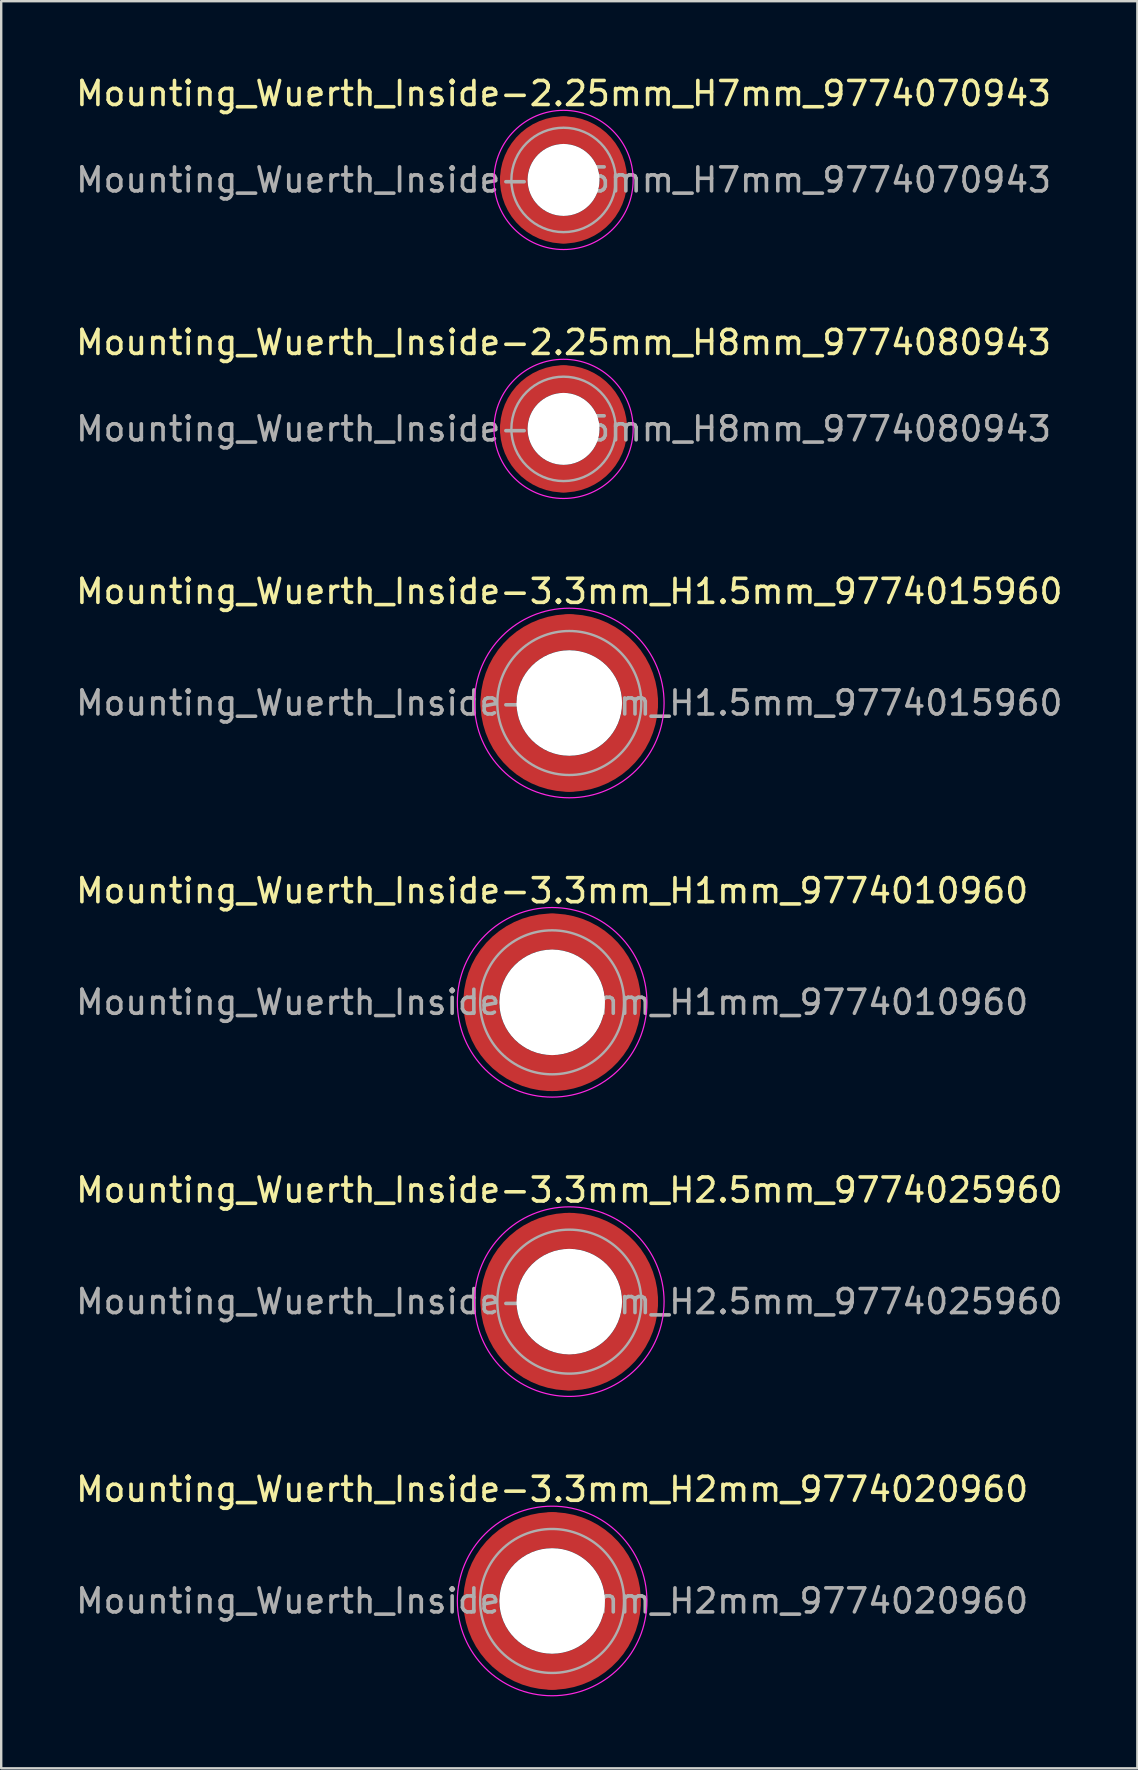
<source format=kicad_pcb>
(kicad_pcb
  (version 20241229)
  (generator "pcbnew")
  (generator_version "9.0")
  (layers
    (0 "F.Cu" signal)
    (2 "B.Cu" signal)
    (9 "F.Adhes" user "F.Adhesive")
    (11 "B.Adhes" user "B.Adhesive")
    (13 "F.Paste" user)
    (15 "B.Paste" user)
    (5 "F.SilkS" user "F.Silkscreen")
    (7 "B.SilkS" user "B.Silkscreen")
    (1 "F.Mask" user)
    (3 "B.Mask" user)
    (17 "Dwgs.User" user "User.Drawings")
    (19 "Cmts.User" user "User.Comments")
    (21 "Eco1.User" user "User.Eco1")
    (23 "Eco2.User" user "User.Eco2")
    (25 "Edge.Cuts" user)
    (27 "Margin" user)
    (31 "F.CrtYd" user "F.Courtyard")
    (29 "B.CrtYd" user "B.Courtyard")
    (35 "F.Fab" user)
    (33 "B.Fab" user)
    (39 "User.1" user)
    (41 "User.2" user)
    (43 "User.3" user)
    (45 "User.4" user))
  (footprint "Mounting_Wuerth_Inside-3.3mm_H2mm_9774020960"
    (layer "F.Cu")
    (at 19.958 63.664)
    (property "Reference" "Mounting_Wuerth_Inside-3.3mm_H2mm_9774020960" (at 0 -4.65 0) (layer "F.SilkS") (effects (font (size 1 1) (thickness 0.15))))
    (attr smd)
    (fp_circle (center 0 0) (end 3.95 0) (stroke (width 0.05) (type solid)) (fill no) (layer "F.CrtYd"))
    (fp_circle (center 0 0) (end 3 0) (stroke (width 0.1) (type solid)) (fill no) (layer "F.Fab"))
    (fp_text user "${REFERENCE}" (at 0 0 0) (layer "F.Fab") (effects (font (size 1 1) (thickness 0.15))))
    (pad "" smd custom (at -2.058 -2.058) (size 1.1 1.1) (layers "F.Paste") (options (anchor circle)) (primitives (gr_arc (start -0.524489 1.532681) (mid 0.194454 0.194454) (end 1.532681 -0.524489) (width 0.55)) (gr_arc (start -0.804569 1.532681) (mid 0 0) (end 1.532681 -0.804569) (width 0.55)) (gr_arc (start -1.083752 1.532681) (mid -0.194454 -0.194454) (end 1.532681 -1.083752) (width 0.55)) (gr_line (start 1.533 -0.524) (end 1.533 -1.084) (width 0.55)) (gr_line (start -0.524 1.533) (end -1.084 1.533) (width 0.55))))
    (pad "" smd custom (at -2.058 2.058) (size 1.1 1.1) (layers "F.Paste") (options (anchor circle)) (primitives (gr_arc (start 1.532681 0.524489) (mid 0.194454 -0.194454) (end -0.524489 -1.532681) (width 0.55)) (gr_arc (start 1.532681 0.804569) (mid 0 0) (end -0.804569 -1.532681) (width 0.55)) (gr_arc (start 1.532681 1.083752) (mid -0.194454 0.194454) (end -1.083752 -1.532681) (width 0.55)) (gr_line (start -0.524 -1.533) (end -1.084 -1.533) (width 0.55)) (gr_line (start 1.533 0.524) (end 1.533 1.084) (width 0.55))))
    (pad "" np_thru_hole circle (at 0 0) (size 4.4 4.4) (drill 4.4) (layers "*.Cu" "*.Mask"))
    (pad "" smd custom (at 2.058 -2.058) (size 1.1 1.1) (layers "F.Paste") (options (anchor circle)) (primitives (gr_arc (start -1.532681 -0.524489) (mid -0.194454 0.194454) (end 0.524489 1.532681) (width 0.55)) (gr_arc (start -1.532681 -0.804569) (mid 0 0) (end 0.804569 1.532681) (width 0.55)) (gr_arc (start -1.532681 -1.083752) (mid 0.194454 -0.194454) (end 1.083752 1.532681) (width 0.55)) (gr_line (start 0.524 1.533) (end 1.084 1.533) (width 0.55)) (gr_line (start -1.533 -0.524) (end -1.533 -1.084) (width 0.55))))
    (pad "" smd custom (at 2.058 2.058) (size 1.1 1.1) (layers "F.Paste") (options (anchor circle)) (primitives (gr_arc (start 0.524489 -1.532681) (mid -0.194454 -0.194454) (end -1.532681 0.524489) (width 0.55)) (gr_arc (start 0.804569 -1.532681) (mid 0 0) (end -1.532681 0.804569) (width 0.55)) (gr_arc (start 1.083752 -1.532681) (mid 0.194454 0.194454) (end -1.532681 1.083752) (width 0.55)) (gr_line (start -1.533 0.524) (end -1.533 1.084) (width 0.55)) (gr_line (start 0.524 -1.533) (end 1.084 -1.533) (width 0.55))))
    (pad "1" smd circle (at -2.95 0) (size 1.5 1.5) (layers "F.Cu"))
    (pad "1" smd circle (at 0 -2.95) (size 1.5 1.5) (layers "F.Cu"))
    (pad "1" smd circle (at 0 2.95) (size 1.5 1.5) (layers "F.Cu"))
    (pad "1" smd custom (at 2.95 0) (size 1.5 1.5) (layers "F.Cu" "F.Mask") (options (anchor circle)) (primitives (gr_circle (center -2.95 0) (end 0 0) (width 1.5) (fill no)))))
  (footprint "Mounting_Wuerth_Inside-2.25mm_H8mm_9774080943"
    (layer "F.Cu")
    (at 20.435 14.822)
    (property "Reference" "Mounting_Wuerth_Inside-2.25mm_H8mm_9774080943" (at 0 -3.6 0) (layer "F.SilkS") (effects (font (size 1 1) (thickness 0.15))))
    (attr smd)
    (fp_circle (center 0 0) (end 2.9 0) (stroke (width 0.05) (type solid)) (fill no) (layer "F.CrtYd"))
    (fp_circle (center 0 0) (end 2.175 0) (stroke (width 0.1) (type solid)) (fill no) (layer "F.Fab"))
    (fp_text user "${REFERENCE}" (at 0 0 0) (layer "F.Fab") (effects (font (size 1 1) (thickness 0.15))))
    (pad "" smd custom (at -1.453 -1.453) (size 1.01 1.01) (layers "F.Paste") (options (anchor circle)) (primitives (gr_arc (start -0.262632 0.900604) (mid 0.178544 0.178544) (end 0.900604 -0.262632) (width 0.505)) (gr_arc (start -0.526231 0.900604) (mid 0 0) (end 0.900604 -0.526231) (width 0.505)) (gr_arc (start -0.787275 0.900604) (mid -0.178545 -0.178545) (end 0.900604 -0.787275) (width 0.505)) (gr_line (start 0.901 -0.263) (end 0.901 -0.787) (width 0.505)) (gr_line (start -0.263 0.901) (end -0.787 0.901) (width 0.505))))
    (pad "" smd custom (at -1.453 1.453) (size 1.01 1.01) (layers "F.Paste") (options (anchor circle)) (primitives (gr_arc (start 0.900604 0.262632) (mid 0.178544 -0.178544) (end -0.262632 -0.900604) (width 0.505)) (gr_arc (start 0.900604 0.526231) (mid 0 0) (end -0.526231 -0.900604) (width 0.505)) (gr_arc (start 0.900604 0.787275) (mid -0.178545 0.178545) (end -0.787275 -0.900604) (width 0.505)) (gr_line (start -0.263 -0.901) (end -0.787 -0.901) (width 0.505)) (gr_line (start 0.901 0.263) (end 0.901 0.787) (width 0.505))))
    (pad "" np_thru_hole circle (at 0 0) (size 3 3) (drill 3) (layers "*.Cu" "*.Mask"))
    (pad "" smd custom (at 1.453 -1.453) (size 1.01 1.01) (layers "F.Paste") (options (anchor circle)) (primitives (gr_arc (start -0.900604 -0.262632) (mid -0.178544 0.178544) (end 0.262632 0.900604) (width 0.505)) (gr_arc (start -0.900604 -0.526231) (mid 0 0) (end 0.526231 0.900604) (width 0.505)) (gr_arc (start -0.900604 -0.787275) (mid 0.178545 -0.178545) (end 0.787275 0.900604) (width 0.505)) (gr_line (start 0.263 0.901) (end 0.787 0.901) (width 0.505)) (gr_line (start -0.901 -0.263) (end -0.901 -0.787) (width 0.505))))
    (pad "" smd custom (at 1.453 1.453) (size 1.01 1.01) (layers "F.Paste") (options (anchor circle)) (primitives (gr_arc (start 0.262632 -0.900604) (mid -0.178544 -0.178544) (end -0.900604 0.262632) (width 0.505)) (gr_arc (start 0.526231 -0.900604) (mid 0 0) (end -0.900604 0.526231) (width 0.505)) (gr_arc (start 0.787275 -0.900604) (mid 0.178545 0.178545) (end -0.900604 0.787275) (width 0.505)) (gr_line (start -0.901 0.263) (end -0.901 0.787) (width 0.505)) (gr_line (start 0.263 -0.901) (end 0.787 -0.901) (width 0.505))))
    (pad "1" smd circle (at -2.075 0) (size 1.15 1.15) (layers "F.Cu"))
    (pad "1" smd circle (at 0 -2.075) (size 1.15 1.15) (layers "F.Cu"))
    (pad "1" smd circle (at 0 2.075) (size 1.15 1.15) (layers "F.Cu"))
    (pad "1" smd custom (at 2.075 0) (size 1.15 1.15) (layers "F.Cu" "F.Mask") (options (anchor circle)) (primitives (gr_circle (center -2.075 0) (end 0 0) (width 1.15) (fill no)))))
  (footprint "Mounting_Wuerth_Inside-3.3mm_H2.5mm_9774025960"
    (layer "F.Cu")
    (at 20.673 51.191)
    (property "Reference" "Mounting_Wuerth_Inside-3.3mm_H2.5mm_9774025960" (at 0 -4.65 0) (layer "F.SilkS") (effects (font (size 1 1) (thickness 0.15))))
    (attr smd)
    (fp_circle (center 0 0) (end 3.95 0) (stroke (width 0.05) (type solid)) (fill no) (layer "F.CrtYd"))
    (fp_circle (center 0 0) (end 3 0) (stroke (width 0.1) (type solid)) (fill no) (layer "F.Fab"))
    (fp_text user "${REFERENCE}" (at 0 0 0) (layer "F.Fab") (effects (font (size 1 1) (thickness 0.15))))
    (pad "" smd custom (at -2.058 -2.058) (size 1.1 1.1) (layers "F.Paste") (options (anchor circle)) (primitives (gr_arc (start -0.524489 1.532681) (mid 0.194454 0.194454) (end 1.532681 -0.524489) (width 0.55)) (gr_arc (start -0.804569 1.532681) (mid 0 0) (end 1.532681 -0.804569) (width 0.55)) (gr_arc (start -1.083752 1.532681) (mid -0.194454 -0.194454) (end 1.532681 -1.083752) (width 0.55)) (gr_line (start 1.533 -0.524) (end 1.533 -1.084) (width 0.55)) (gr_line (start -0.524 1.533) (end -1.084 1.533) (width 0.55))))
    (pad "" smd custom (at -2.058 2.058) (size 1.1 1.1) (layers "F.Paste") (options (anchor circle)) (primitives (gr_arc (start 1.532681 0.524489) (mid 0.194454 -0.194454) (end -0.524489 -1.532681) (width 0.55)) (gr_arc (start 1.532681 0.804569) (mid 0 0) (end -0.804569 -1.532681) (width 0.55)) (gr_arc (start 1.532681 1.083752) (mid -0.194454 0.194454) (end -1.083752 -1.532681) (width 0.55)) (gr_line (start -0.524 -1.533) (end -1.084 -1.533) (width 0.55)) (gr_line (start 1.533 0.524) (end 1.533 1.084) (width 0.55))))
    (pad "" np_thru_hole circle (at 0 0) (size 4.4 4.4) (drill 4.4) (layers "*.Cu" "*.Mask"))
    (pad "" smd custom (at 2.058 -2.058) (size 1.1 1.1) (layers "F.Paste") (options (anchor circle)) (primitives (gr_arc (start -1.532681 -0.524489) (mid -0.194454 0.194454) (end 0.524489 1.532681) (width 0.55)) (gr_arc (start -1.532681 -0.804569) (mid 0 0) (end 0.804569 1.532681) (width 0.55)) (gr_arc (start -1.532681 -1.083752) (mid 0.194454 -0.194454) (end 1.083752 1.532681) (width 0.55)) (gr_line (start 0.524 1.533) (end 1.084 1.533) (width 0.55)) (gr_line (start -1.533 -0.524) (end -1.533 -1.084) (width 0.55))))
    (pad "" smd custom (at 2.058 2.058) (size 1.1 1.1) (layers "F.Paste") (options (anchor circle)) (primitives (gr_arc (start 0.524489 -1.532681) (mid -0.194454 -0.194454) (end -1.532681 0.524489) (width 0.55)) (gr_arc (start 0.804569 -1.532681) (mid 0 0) (end -1.532681 0.804569) (width 0.55)) (gr_arc (start 1.083752 -1.532681) (mid 0.194454 0.194454) (end -1.532681 1.083752) (width 0.55)) (gr_line (start -1.533 0.524) (end -1.533 1.084) (width 0.55)) (gr_line (start 0.524 -1.533) (end 1.084 -1.533) (width 0.55))))
    (pad "1" smd circle (at -2.95 0) (size 1.5 1.5) (layers "F.Cu"))
    (pad "1" smd circle (at 0 -2.95) (size 1.5 1.5) (layers "F.Cu"))
    (pad "1" smd circle (at 0 2.95) (size 1.5 1.5) (layers "F.Cu"))
    (pad "1" smd custom (at 2.95 0) (size 1.5 1.5) (layers "F.Cu" "F.Mask") (options (anchor circle)) (primitives (gr_circle (center -2.95 0) (end 0 0) (width 1.5) (fill no)))))
  (footprint "Mounting_Wuerth_Inside-3.3mm_H1mm_9774010960"
    (layer "F.Cu")
    (at 19.958 38.718)
    (property "Reference" "Mounting_Wuerth_Inside-3.3mm_H1mm_9774010960" (at 0 -4.65 0) (layer "F.SilkS") (effects (font (size 1 1) (thickness 0.15))))
    (attr smd)
    (fp_circle (center 0 0) (end 3.95 0) (stroke (width 0.05) (type solid)) (fill no) (layer "F.CrtYd"))
    (fp_circle (center 0 0) (end 3 0) (stroke (width 0.1) (type solid)) (fill no) (layer "F.Fab"))
    (fp_text user "${REFERENCE}" (at 0 0 0) (layer "F.Fab") (effects (font (size 1 1) (thickness 0.15))))
    (pad "" smd custom (at -2.058 -2.058) (size 1.1 1.1) (layers "F.Paste") (options (anchor circle)) (primitives (gr_arc (start -0.524489 1.532681) (mid 0.194454 0.194454) (end 1.532681 -0.524489) (width 0.55)) (gr_arc (start -0.804569 1.532681) (mid 0 0) (end 1.532681 -0.804569) (width 0.55)) (gr_arc (start -1.083752 1.532681) (mid -0.194454 -0.194454) (end 1.532681 -1.083752) (width 0.55)) (gr_line (start 1.533 -0.524) (end 1.533 -1.084) (width 0.55)) (gr_line (start -0.524 1.533) (end -1.084 1.533) (width 0.55))))
    (pad "" smd custom (at -2.058 2.058) (size 1.1 1.1) (layers "F.Paste") (options (anchor circle)) (primitives (gr_arc (start 1.532681 0.524489) (mid 0.194454 -0.194454) (end -0.524489 -1.532681) (width 0.55)) (gr_arc (start 1.532681 0.804569) (mid 0 0) (end -0.804569 -1.532681) (width 0.55)) (gr_arc (start 1.532681 1.083752) (mid -0.194454 0.194454) (end -1.083752 -1.532681) (width 0.55)) (gr_line (start -0.524 -1.533) (end -1.084 -1.533) (width 0.55)) (gr_line (start 1.533 0.524) (end 1.533 1.084) (width 0.55))))
    (pad "" np_thru_hole circle (at 0 0) (size 4.4 4.4) (drill 4.4) (layers "*.Cu" "*.Mask"))
    (pad "" smd custom (at 2.058 -2.058) (size 1.1 1.1) (layers "F.Paste") (options (anchor circle)) (primitives (gr_arc (start -1.532681 -0.524489) (mid -0.194454 0.194454) (end 0.524489 1.532681) (width 0.55)) (gr_arc (start -1.532681 -0.804569) (mid 0 0) (end 0.804569 1.532681) (width 0.55)) (gr_arc (start -1.532681 -1.083752) (mid 0.194454 -0.194454) (end 1.083752 1.532681) (width 0.55)) (gr_line (start 0.524 1.533) (end 1.084 1.533) (width 0.55)) (gr_line (start -1.533 -0.524) (end -1.533 -1.084) (width 0.55))))
    (pad "" smd custom (at 2.058 2.058) (size 1.1 1.1) (layers "F.Paste") (options (anchor circle)) (primitives (gr_arc (start 0.524489 -1.532681) (mid -0.194454 -0.194454) (end -1.532681 0.524489) (width 0.55)) (gr_arc (start 0.804569 -1.532681) (mid 0 0) (end -1.532681 0.804569) (width 0.55)) (gr_arc (start 1.083752 -1.532681) (mid 0.194454 0.194454) (end -1.532681 1.083752) (width 0.55)) (gr_line (start -1.533 0.524) (end -1.533 1.084) (width 0.55)) (gr_line (start 0.524 -1.533) (end 1.084 -1.533) (width 0.55))))
    (pad "1" smd circle (at -2.95 0) (size 1.5 1.5) (layers "F.Cu"))
    (pad "1" smd circle (at 0 -2.95) (size 1.5 1.5) (layers "F.Cu"))
    (pad "1" smd circle (at 0 2.95) (size 1.5 1.5) (layers "F.Cu"))
    (pad "1" smd custom (at 2.95 0) (size 1.5 1.5) (layers "F.Cu" "F.Mask") (options (anchor circle)) (primitives (gr_circle (center -2.95 0) (end 0 0) (width 1.5) (fill no)))))
  (footprint "Mounting_Wuerth_Inside-2.25mm_H7mm_9774070943"
    (layer "F.Cu")
    (at 20.435 4.448)
    (property "Reference" "Mounting_Wuerth_Inside-2.25mm_H7mm_9774070943" (at 0 -3.6 0) (layer "F.SilkS") (effects (font (size 1 1) (thickness 0.15))))
    (attr smd)
    (fp_circle (center 0 0) (end 2.9 0) (stroke (width 0.05) (type solid)) (fill no) (layer "F.CrtYd"))
    (fp_circle (center 0 0) (end 2.175 0) (stroke (width 0.1) (type solid)) (fill no) (layer "F.Fab"))
    (fp_text user "${REFERENCE}" (at 0 0 0) (layer "F.Fab") (effects (font (size 1 1) (thickness 0.15))))
    (pad "" smd custom (at -1.453 -1.453) (size 1.01 1.01) (layers "F.Paste") (options (anchor circle)) (primitives (gr_arc (start -0.262632 0.900604) (mid 0.178544 0.178544) (end 0.900604 -0.262632) (width 0.505)) (gr_arc (start -0.526231 0.900604) (mid 0 0) (end 0.900604 -0.526231) (width 0.505)) (gr_arc (start -0.787275 0.900604) (mid -0.178545 -0.178545) (end 0.900604 -0.787275) (width 0.505)) (gr_line (start 0.901 -0.263) (end 0.901 -0.787) (width 0.505)) (gr_line (start -0.263 0.901) (end -0.787 0.901) (width 0.505))))
    (pad "" smd custom (at -1.453 1.453) (size 1.01 1.01) (layers "F.Paste") (options (anchor circle)) (primitives (gr_arc (start 0.900604 0.262632) (mid 0.178544 -0.178544) (end -0.262632 -0.900604) (width 0.505)) (gr_arc (start 0.900604 0.526231) (mid 0 0) (end -0.526231 -0.900604) (width 0.505)) (gr_arc (start 0.900604 0.787275) (mid -0.178545 0.178545) (end -0.787275 -0.900604) (width 0.505)) (gr_line (start -0.263 -0.901) (end -0.787 -0.901) (width 0.505)) (gr_line (start 0.901 0.263) (end 0.901 0.787) (width 0.505))))
    (pad "" np_thru_hole circle (at 0 0) (size 3 3) (drill 3) (layers "*.Cu" "*.Mask"))
    (pad "" smd custom (at 1.453 -1.453) (size 1.01 1.01) (layers "F.Paste") (options (anchor circle)) (primitives (gr_arc (start -0.900604 -0.262632) (mid -0.178544 0.178544) (end 0.262632 0.900604) (width 0.505)) (gr_arc (start -0.900604 -0.526231) (mid 0 0) (end 0.526231 0.900604) (width 0.505)) (gr_arc (start -0.900604 -0.787275) (mid 0.178545 -0.178545) (end 0.787275 0.900604) (width 0.505)) (gr_line (start 0.263 0.901) (end 0.787 0.901) (width 0.505)) (gr_line (start -0.901 -0.263) (end -0.901 -0.787) (width 0.505))))
    (pad "" smd custom (at 1.453 1.453) (size 1.01 1.01) (layers "F.Paste") (options (anchor circle)) (primitives (gr_arc (start 0.262632 -0.900604) (mid -0.178544 -0.178544) (end -0.900604 0.262632) (width 0.505)) (gr_arc (start 0.526231 -0.900604) (mid 0 0) (end -0.900604 0.526231) (width 0.505)) (gr_arc (start 0.787275 -0.900604) (mid 0.178545 0.178545) (end -0.900604 0.787275) (width 0.505)) (gr_line (start -0.901 0.263) (end -0.901 0.787) (width 0.505)) (gr_line (start 0.263 -0.901) (end 0.787 -0.901) (width 0.505))))
    (pad "1" smd circle (at -2.075 0) (size 1.15 1.15) (layers "F.Cu"))
    (pad "1" smd circle (at 0 -2.075) (size 1.15 1.15) (layers "F.Cu"))
    (pad "1" smd circle (at 0 2.075) (size 1.15 1.15) (layers "F.Cu"))
    (pad "1" smd custom (at 2.075 0) (size 1.15 1.15) (layers "F.Cu" "F.Mask") (options (anchor circle)) (primitives (gr_circle (center -2.075 0) (end 0 0) (width 1.15) (fill no)))))
  (footprint "Mounting_Wuerth_Inside-3.3mm_H1.5mm_9774015960"
    (layer "F.Cu")
    (at 20.673 26.245)
    (property "Reference" "Mounting_Wuerth_Inside-3.3mm_H1.5mm_9774015960" (at 0 -4.65 0) (layer "F.SilkS") (effects (font (size 1 1) (thickness 0.15))))
    (attr smd)
    (fp_circle (center 0 0) (end 3.95 0) (stroke (width 0.05) (type solid)) (fill no) (layer "F.CrtYd"))
    (fp_circle (center 0 0) (end 3 0) (stroke (width 0.1) (type solid)) (fill no) (layer "F.Fab"))
    (fp_text user "${REFERENCE}" (at 0 0 0) (layer "F.Fab") (effects (font (size 1 1) (thickness 0.15))))
    (pad "" smd custom (at -2.058 -2.058) (size 1.1 1.1) (layers "F.Paste") (options (anchor circle)) (primitives (gr_arc (start -0.524489 1.532681) (mid 0.194454 0.194454) (end 1.532681 -0.524489) (width 0.55)) (gr_arc (start -0.804569 1.532681) (mid 0 0) (end 1.532681 -0.804569) (width 0.55)) (gr_arc (start -1.083752 1.532681) (mid -0.194454 -0.194454) (end 1.532681 -1.083752) (width 0.55)) (gr_line (start 1.533 -0.524) (end 1.533 -1.084) (width 0.55)) (gr_line (start -0.524 1.533) (end -1.084 1.533) (width 0.55))))
    (pad "" smd custom (at -2.058 2.058) (size 1.1 1.1) (layers "F.Paste") (options (anchor circle)) (primitives (gr_arc (start 1.532681 0.524489) (mid 0.194454 -0.194454) (end -0.524489 -1.532681) (width 0.55)) (gr_arc (start 1.532681 0.804569) (mid 0 0) (end -0.804569 -1.532681) (width 0.55)) (gr_arc (start 1.532681 1.083752) (mid -0.194454 0.194454) (end -1.083752 -1.532681) (width 0.55)) (gr_line (start -0.524 -1.533) (end -1.084 -1.533) (width 0.55)) (gr_line (start 1.533 0.524) (end 1.533 1.084) (width 0.55))))
    (pad "" np_thru_hole circle (at 0 0) (size 4.4 4.4) (drill 4.4) (layers "*.Cu" "*.Mask"))
    (pad "" smd custom (at 2.058 -2.058) (size 1.1 1.1) (layers "F.Paste") (options (anchor circle)) (primitives (gr_arc (start -1.532681 -0.524489) (mid -0.194454 0.194454) (end 0.524489 1.532681) (width 0.55)) (gr_arc (start -1.532681 -0.804569) (mid 0 0) (end 0.804569 1.532681) (width 0.55)) (gr_arc (start -1.532681 -1.083752) (mid 0.194454 -0.194454) (end 1.083752 1.532681) (width 0.55)) (gr_line (start 0.524 1.533) (end 1.084 1.533) (width 0.55)) (gr_line (start -1.533 -0.524) (end -1.533 -1.084) (width 0.55))))
    (pad "" smd custom (at 2.058 2.058) (size 1.1 1.1) (layers "F.Paste") (options (anchor circle)) (primitives (gr_arc (start 0.524489 -1.532681) (mid -0.194454 -0.194454) (end -1.532681 0.524489) (width 0.55)) (gr_arc (start 0.804569 -1.532681) (mid 0 0) (end -1.532681 0.804569) (width 0.55)) (gr_arc (start 1.083752 -1.532681) (mid 0.194454 0.194454) (end -1.532681 1.083752) (width 0.55)) (gr_line (start -1.533 0.524) (end -1.533 1.084) (width 0.55)) (gr_line (start 0.524 -1.533) (end 1.084 -1.533) (width 0.55))))
    (pad "1" smd circle (at -2.95 0) (size 1.5 1.5) (layers "F.Cu"))
    (pad "1" smd circle (at 0 -2.95) (size 1.5 1.5) (layers "F.Cu"))
    (pad "1" smd circle (at 0 2.95) (size 1.5 1.5) (layers "F.Cu"))
    (pad "1" smd custom (at 2.95 0) (size 1.5 1.5) (layers "F.Cu" "F.Mask") (options (anchor circle)) (primitives (gr_circle (center -2.95 0) (end 0 0) (width 1.5) (fill no)))))
  (gr_rect
    (start -3 -3)
    (end 44.345 70.639)
    (stroke (width 0.1) (type default))
    (fill no)
    (layer "Edge.Cuts")))
</source>
